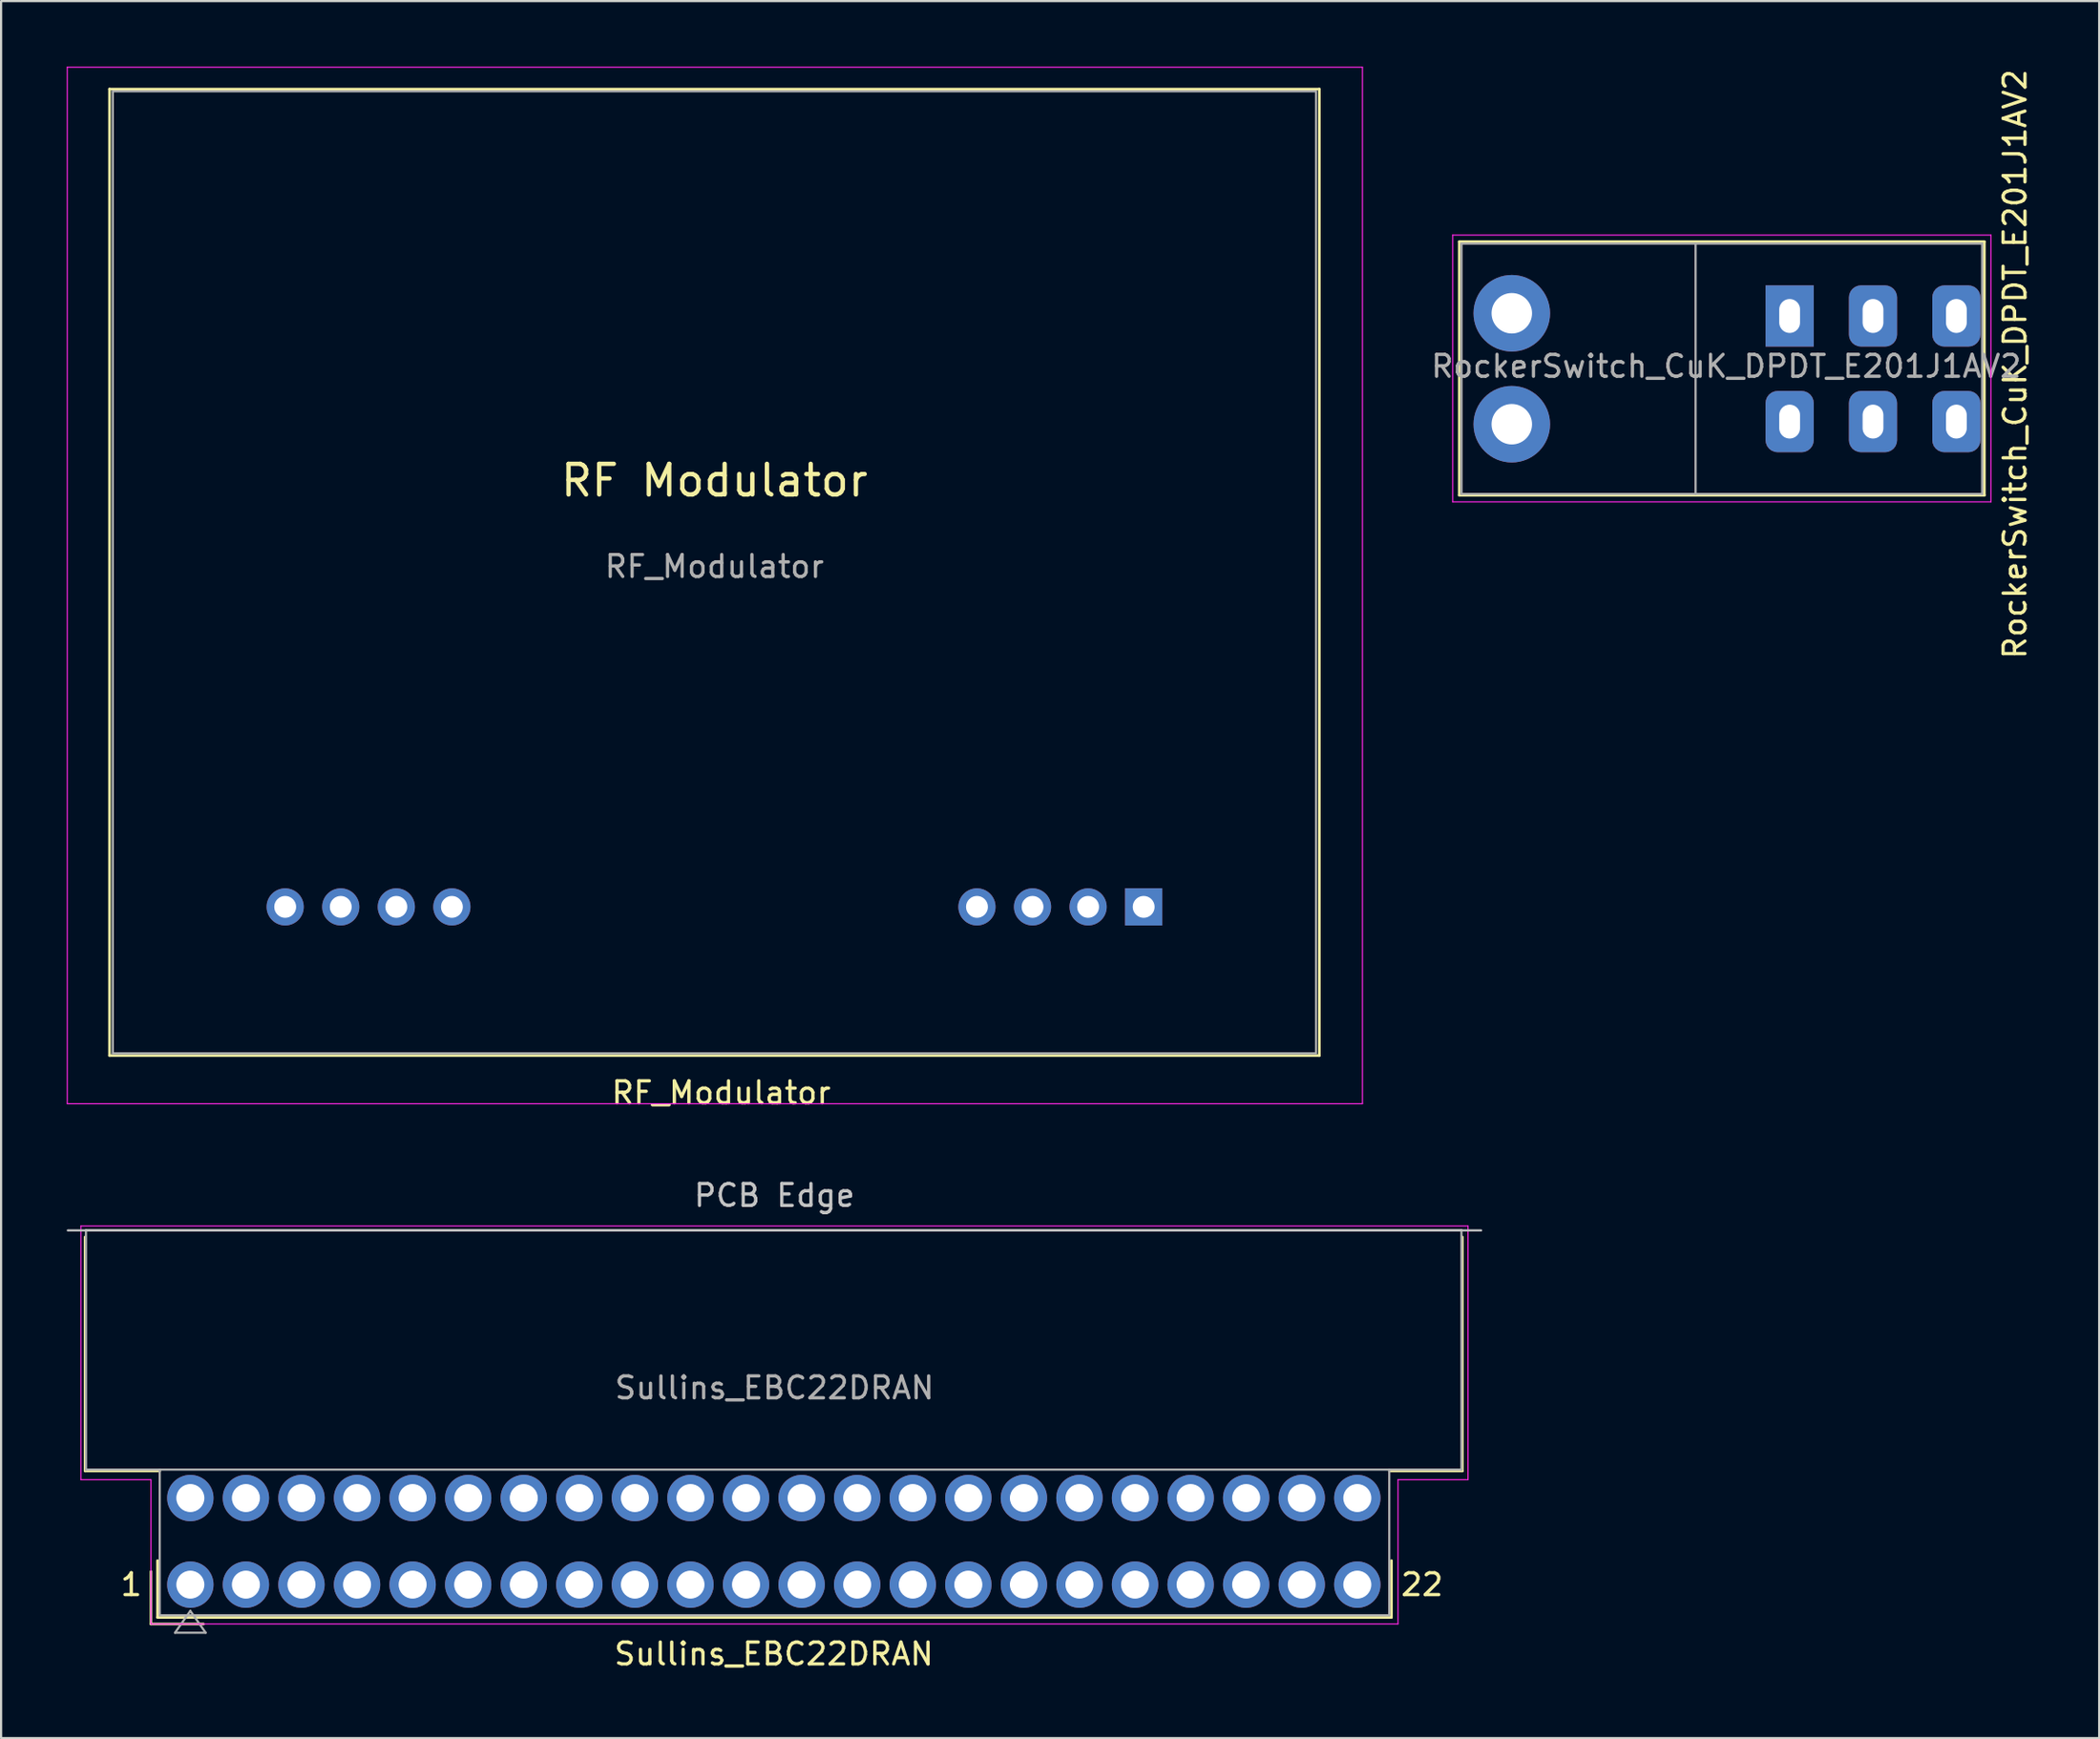
<source format=kicad_pcb>
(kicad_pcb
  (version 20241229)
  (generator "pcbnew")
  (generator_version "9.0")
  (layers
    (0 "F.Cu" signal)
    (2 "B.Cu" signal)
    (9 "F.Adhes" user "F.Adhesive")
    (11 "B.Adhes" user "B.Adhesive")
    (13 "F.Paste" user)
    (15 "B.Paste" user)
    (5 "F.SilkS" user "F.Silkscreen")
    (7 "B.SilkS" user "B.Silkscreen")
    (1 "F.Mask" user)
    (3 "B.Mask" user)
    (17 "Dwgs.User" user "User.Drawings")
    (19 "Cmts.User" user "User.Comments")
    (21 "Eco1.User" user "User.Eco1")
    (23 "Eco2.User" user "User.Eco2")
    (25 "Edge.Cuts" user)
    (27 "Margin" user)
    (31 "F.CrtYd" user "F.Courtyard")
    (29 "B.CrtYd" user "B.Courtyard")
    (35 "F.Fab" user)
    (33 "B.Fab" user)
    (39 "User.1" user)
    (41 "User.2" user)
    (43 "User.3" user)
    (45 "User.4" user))
  (footprint "Sullins_EBC22DRAN"
    (layer "F.Cu")
    (at 5.65 69.421)
    (property "Reference" "Sullins_EBC22DRAN" (at 26.67 3.17 0) (layer "F.SilkS") (effects (font (size 1 1) (thickness 0.15))))
    (attr through_hole)
    (fp_line (start -4.81 -15.9) (end -4.81 -5.2) (stroke (width 0.12) (type solid)) (layer "F.SilkS"))
    (fp_line (start -4.81 -5.2) (end -1.4 -5.2) (stroke (width 0.12) (type solid)) (layer "F.SilkS"))
    (fp_line (start -1.8 -0.6) (end -1.8 1.8) (stroke (width 0.12) (type solid)) (layer "F.SilkS"))
    (fp_line (start -1.8 1.8) (end 0.6 1.8) (stroke (width 0.12) (type solid)) (layer "F.SilkS"))
    (fp_line (start -1.5 -1.1) (end -1.5 1.5) (stroke (width 0.12) (type solid)) (layer "F.SilkS"))
    (fp_line (start -1.5 1.5) (end 54.9 1.5) (stroke (width 0.12) (type solid)) (layer "F.SilkS"))
    (fp_line (start 54.8 -5.2) (end 58.14 -5.2) (stroke (width 0.12) (type solid)) (layer "F.SilkS"))
    (fp_line (start 54.9 1.5) (end 54.9 -1.1) (stroke (width 0.12) (type solid)) (layer "F.SilkS"))
    (fp_line (start 58.14 -5.2) (end 58.14 -15.9) (stroke (width 0.12) (type solid)) (layer "F.SilkS"))
    (fp_line (start -5.6 -16.2) (end 59 -16.2) (stroke (width 0.1) (type solid)) (layer "Dwgs.User"))
    (fp_line (start -5 -16.4) (end -5 -4.8) (stroke (width 0.05) (type solid)) (layer "F.CrtYd"))
    (fp_line (start -5 -4.8) (end -1.8 -4.8) (stroke (width 0.05) (type solid)) (layer "F.CrtYd"))
    (fp_line (start -1.8 -4.8) (end -1.8 1.8) (stroke (width 0.05) (type solid)) (layer "F.CrtYd"))
    (fp_line (start -1.8 1.8) (end 55.2 1.8) (stroke (width 0.05) (type solid)) (layer "F.CrtYd"))
    (fp_line (start 55.2 -4.8) (end 58.4 -4.8) (stroke (width 0.05) (type solid)) (layer "F.CrtYd"))
    (fp_line (start 55.2 1.8) (end 55.2 -4.8) (stroke (width 0.05) (type solid)) (layer "F.CrtYd"))
    (fp_line (start 58.4 -16.4) (end -5 -16.4) (stroke (width 0.05) (type solid)) (layer "F.CrtYd"))
    (fp_line (start 58.4 -4.8) (end 58.4 -16.4) (stroke (width 0.05) (type solid)) (layer "F.CrtYd"))
    (fp_line (start -4.77 -16.21) (end -4.77 -5.26) (stroke (width 0.1) (type solid)) (layer "F.Fab"))
    (fp_line (start -4.77 -16.21) (end 58.1 -16.21) (stroke (width 0.1) (type solid)) (layer "F.Fab"))
    (fp_line (start -4.77 -5.26) (end 58.1 -5.26) (stroke (width 0.1) (type solid)) (layer "F.Fab"))
    (fp_line (start -1.4 -5.26) (end -1.4 1.4) (stroke (width 0.1) (type solid)) (layer "F.Fab"))
    (fp_line (start -1.4 1.4) (end 54.8 1.4) (stroke (width 0.1) (type solid)) (layer "F.Fab"))
    (fp_line (start -0.7 2.2) (end 0 1.2) (stroke (width 0.1) (type solid)) (layer "F.Fab"))
    (fp_line (start 0 1.2) (end 0.7 2.2) (stroke (width 0.1) (type solid)) (layer "F.Fab"))
    (fp_line (start 0.7 2.2) (end -0.7 2.2) (stroke (width 0.1) (type solid)) (layer "F.Fab"))
    (fp_line (start 54.8 -5.26) (end 54.8 1.4) (stroke (width 0.1) (type solid)) (layer "F.Fab"))
    (fp_line (start 58.1 -16.21) (end 58.1 -5.26) (stroke (width 0.1) (type solid)) (layer "F.Fab"))
    (fp_text user "22" (at 56.3 0 0) (layer "F.SilkS") (effects (font (size 1 1) (thickness 0.15))))
    (fp_text user "1" (at -2.7 0 0) (layer "F.SilkS") (effects (font (size 1 1) (thickness 0.15))))
    (fp_text user "PCB Edge" (at 26.7 -17.8 0) (layer "Dwgs.User") (effects (font (size 1 1) (thickness 0.15))))
    (fp_text user "${REFERENCE}" (at 26.7 -9 0) (layer "F.Fab") (effects (font (size 1 1) (thickness 0.15))))
    (pad "1" thru_hole circle (at 0 0) (size 2.12 2.12) (drill 1.28) (layers "*.Cu" "*.Mask"))
    (pad "2" thru_hole circle (at 2.54 0) (size 2.12 2.12) (drill 1.28) (layers "*.Cu" "*.Mask"))
    (pad "3" thru_hole circle (at 5.08 0) (size 2.12 2.12) (drill 1.28) (layers "*.Cu" "*.Mask"))
    (pad "4" thru_hole circle (at 7.62 0) (size 2.12 2.12) (drill 1.28) (layers "*.Cu" "*.Mask"))
    (pad "5" thru_hole circle (at 10.16 0) (size 2.12 2.12) (drill 1.28) (layers "*.Cu" "*.Mask"))
    (pad "6" thru_hole circle (at 12.7 0) (size 2.12 2.12) (drill 1.28) (layers "*.Cu" "*.Mask"))
    (pad "7" thru_hole circle (at 15.24 0) (size 2.12 2.12) (drill 1.28) (layers "*.Cu" "*.Mask"))
    (pad "8" thru_hole circle (at 17.78 0) (size 2.12 2.12) (drill 1.28) (layers "*.Cu" "*.Mask"))
    (pad "9" thru_hole circle (at 20.32 0) (size 2.12 2.12) (drill 1.28) (layers "*.Cu" "*.Mask"))
    (pad "10" thru_hole circle (at 22.86 0) (size 2.12 2.12) (drill 1.28) (layers "*.Cu" "*.Mask"))
    (pad "11" thru_hole circle (at 25.4 0) (size 2.12 2.12) (drill 1.28) (layers "*.Cu" "*.Mask"))
    (pad "12" thru_hole circle (at 27.94 0) (size 2.12 2.12) (drill 1.28) (layers "*.Cu" "*.Mask"))
    (pad "13" thru_hole circle (at 30.48 0) (size 2.12 2.12) (drill 1.28) (layers "*.Cu" "*.Mask"))
    (pad "14" thru_hole circle (at 33.02 0) (size 2.12 2.12) (drill 1.28) (layers "*.Cu" "*.Mask"))
    (pad "15" thru_hole circle (at 35.56 0) (size 2.12 2.12) (drill 1.28) (layers "*.Cu" "*.Mask"))
    (pad "16" thru_hole circle (at 38.1 0) (size 2.12 2.12) (drill 1.28) (layers "*.Cu" "*.Mask"))
    (pad "17" thru_hole circle (at 40.64 0) (size 2.12 2.12) (drill 1.28) (layers "*.Cu" "*.Mask"))
    (pad "18" thru_hole circle (at 43.18 0) (size 2.12 2.12) (drill 1.28) (layers "*.Cu" "*.Mask"))
    (pad "19" thru_hole circle (at 45.72 0) (size 2.12 2.12) (drill 1.28) (layers "*.Cu" "*.Mask"))
    (pad "20" thru_hole circle (at 48.26 0) (size 2.12 2.12) (drill 1.28) (layers "*.Cu" "*.Mask"))
    (pad "21" thru_hole circle (at 50.8 0) (size 2.12 2.12) (drill 1.28) (layers "*.Cu" "*.Mask"))
    (pad "22" thru_hole circle (at 53.34 0) (size 2.12 2.12) (drill 1.28) (layers "*.Cu" "*.Mask"))
    (pad "A" thru_hole circle (at 0 -3.96) (size 2.12 2.12) (drill 1.28) (layers "*.Cu" "*.Mask"))
    (pad "B" thru_hole circle (at 2.54 -3.96) (size 2.12 2.12) (drill 1.28) (layers "*.Cu" "*.Mask"))
    (pad "C" thru_hole circle (at 5.08 -3.96) (size 2.12 2.12) (drill 1.28) (layers "*.Cu" "*.Mask"))
    (pad "D" thru_hole circle (at 7.62 -3.96) (size 2.12 2.12) (drill 1.28) (layers "*.Cu" "*.Mask"))
    (pad "E" thru_hole circle (at 10.16 -3.96) (size 2.12 2.12) (drill 1.28) (layers "*.Cu" "*.Mask"))
    (pad "F" thru_hole circle (at 12.7 -3.96) (size 2.12 2.12) (drill 1.28) (layers "*.Cu" "*.Mask"))
    (pad "H" thru_hole circle (at 15.24 -3.96) (size 2.12 2.12) (drill 1.28) (layers "*.Cu" "*.Mask"))
    (pad "J" thru_hole circle (at 17.78 -3.96) (size 2.12 2.12) (drill 1.28) (layers "*.Cu" "*.Mask"))
    (pad "K" thru_hole circle (at 20.32 -3.96) (size 2.12 2.12) (drill 1.28) (layers "*.Cu" "*.Mask"))
    (pad "L" thru_hole circle (at 22.86 -3.96) (size 2.12 2.12) (drill 1.28) (layers "*.Cu" "*.Mask"))
    (pad "M" thru_hole circle (at 25.4 -3.96) (size 2.12 2.12) (drill 1.28) (layers "*.Cu" "*.Mask"))
    (pad "N" thru_hole circle (at 27.94 -3.96) (size 2.12 2.12) (drill 1.28) (layers "*.Cu" "*.Mask"))
    (pad "P" thru_hole circle (at 30.48 -3.96) (size 2.12 2.12) (drill 1.28) (layers "*.Cu" "*.Mask"))
    (pad "R" thru_hole circle (at 33.02 -3.96) (size 2.12 2.12) (drill 1.28) (layers "*.Cu" "*.Mask"))
    (pad "S" thru_hole circle (at 35.56 -3.96) (size 2.12 2.12) (drill 1.28) (layers "*.Cu" "*.Mask"))
    (pad "T" thru_hole circle (at 38.1 -3.96) (size 2.12 2.12) (drill 1.28) (layers "*.Cu" "*.Mask"))
    (pad "U" thru_hole circle (at 40.64 -3.96) (size 2.12 2.12) (drill 1.28) (layers "*.Cu" "*.Mask"))
    (pad "V" thru_hole circle (at 43.18 -3.96) (size 2.12 2.12) (drill 1.28) (layers "*.Cu" "*.Mask"))
    (pad "W" thru_hole circle (at 45.72 -3.96) (size 2.12 2.12) (drill 1.28) (layers "*.Cu" "*.Mask"))
    (pad "X" thru_hole circle (at 48.26 -3.96) (size 2.12 2.12) (drill 1.28) (layers "*.Cu" "*.Mask"))
    (pad "Y" thru_hole circle (at 50.8 -3.96) (size 2.12 2.12) (drill 1.28) (layers "*.Cu" "*.Mask"))
    (pad "Z" thru_hole circle (at 53.34 -3.96) (size 2.12 2.12) (drill 1.28) (layers "*.Cu" "*.Mask")))
  (footprint "RF_Modulator"
    (layer "F.Cu")
    (at 49.225 38.425)
    (property "Reference" "RF_Modulator" (at -19.31 8.5 0) (layer "F.SilkS") (effects (font (size 1 1) (thickness 0.15))))
    (attr through_hole)
    (fp_line (start -47.27 -37.4) (end -47.27 6.8) (stroke (width 0.12) (type solid)) (layer "F.SilkS"))
    (fp_line (start -47.27 6.8) (end 8.03 6.8) (stroke (width 0.12) (type solid)) (layer "F.SilkS"))
    (fp_line (start 8.03 -37.4) (end -47.27 -37.4) (stroke (width 0.12) (type solid)) (layer "F.SilkS"))
    (fp_line (start 8.03 6.8) (end 8.03 -37.4) (stroke (width 0.12) (type solid)) (layer "F.SilkS"))
    (fp_line (start -49.2 -38.4) (end -49.2 9) (stroke (width 0.05) (type solid)) (layer "F.CrtYd"))
    (fp_line (start -49.2 9) (end 10 9) (stroke (width 0.05) (type solid)) (layer "F.CrtYd"))
    (fp_line (start 10 -38.4) (end -49.2 -38.4) (stroke (width 0.05) (type solid)) (layer "F.CrtYd"))
    (fp_line (start 10 9) (end 10 -38.4) (stroke (width 0.05) (type solid)) (layer "F.CrtYd"))
    (fp_line (start -47.12 -37.3) (end 7.88 -37.3) (stroke (width 0.1) (type solid)) (layer "F.Fab"))
    (fp_line (start -47.12 6.7) (end -47.12 -37.3) (stroke (width 0.1) (type solid)) (layer "F.Fab"))
    (fp_line (start -47.12 6.7) (end 7.88 6.7) (stroke (width 0.1) (type solid)) (layer "F.Fab"))
    (fp_line (start 7.88 6.7) (end 7.88 -37.3) (stroke (width 0.1) (type solid)) (layer "F.Fab"))
    (fp_text user "RF Modulator" (at -19.62 -19.5 0) (layer "F.SilkS") (effects (font (size 1.4 1.4) (thickness 0.2))))
    (fp_text user "${REFERENCE}" (at -19.62 -15.568 0) (layer "F.Fab") (effects (font (size 1 1) (thickness 0.15))))
    (pad "1" thru_hole rect (at 0 0 270) (size 1.7 1.7) (drill 1) (layers "*.Cu" "*.Mask"))
    (pad "2" thru_hole oval (at -2.54 0 270) (size 1.7 1.7) (drill 1) (layers "*.Cu" "*.Mask"))
    (pad "3" thru_hole oval (at -5.08 0 270) (size 1.7 1.7) (drill 1) (layers "*.Cu" "*.Mask"))
    (pad "4" thru_hole oval (at -7.62 0 270) (size 1.7 1.7) (drill 1) (layers "*.Cu" "*.Mask"))
    (pad "5" thru_hole oval (at -31.62 0 270) (size 1.7 1.7) (drill 1) (layers "*.Cu" "*.Mask"))
    (pad "6" thru_hole oval (at -34.16 0 270) (size 1.7 1.7) (drill 1) (layers "*.Cu" "*.Mask"))
    (pad "7" thru_hole oval (at -36.7 0 270) (size 1.7 1.7) (drill 1) (layers "*.Cu" "*.Mask"))
    (pad "8" thru_hole oval (at -39.24 0 270) (size 1.7 1.7) (drill 1) (layers "*.Cu" "*.Mask")))
  (footprint "RockerSwitch_CuK_DPDT_E201J1AV2"
    (layer "F.Cu")
    (at 78.751 11.401)
    (property "Reference" "RockerSwitch_CuK_DPDT_E201J1AV2" (at 10.3 2.2 90) (layer "F.SilkS") (effects (font (size 1 1) (thickness 0.15))))
    (attr through_hole)
    (fp_line (start -15.1 -3.4) (end 8.9 -3.4) (stroke (width 0.12) (type solid)) (layer "F.SilkS"))
    (fp_line (start -15.1 8.2) (end -15.1 -3.4) (stroke (width 0.12) (type solid)) (layer "F.SilkS"))
    (fp_line (start 8.9 -3.4) (end 8.9 8.2) (stroke (width 0.12) (type solid)) (layer "F.SilkS"))
    (fp_line (start 8.9 8.2) (end -15.1 8.2) (stroke (width 0.12) (type solid)) (layer "F.SilkS"))
    (fp_line (start -15.4 -3.7) (end 9.2 -3.7) (stroke (width 0.05) (type solid)) (layer "F.CrtYd"))
    (fp_line (start -15.4 8.5) (end -15.4 -3.7) (stroke (width 0.05) (type solid)) (layer "F.CrtYd"))
    (fp_line (start 9.2 -3.7) (end 9.2 8.5) (stroke (width 0.05) (type solid)) (layer "F.CrtYd"))
    (fp_line (start 9.2 8.5) (end -15.4 8.5) (stroke (width 0.05) (type solid)) (layer "F.CrtYd"))
    (fp_line (start -15 -3.31) (end -15 8.14) (stroke (width 0.1) (type solid)) (layer "F.Fab"))
    (fp_line (start -15 -3.31) (end 8.8 -3.31) (stroke (width 0.1) (type solid)) (layer "F.Fab"))
    (fp_line (start -15 8.14) (end 8.8 8.14) (stroke (width 0.1) (type solid)) (layer "F.Fab"))
    (fp_line (start -4.3 -3.31) (end -4.3 8.14) (stroke (width 0.1) (type solid)) (layer "F.Fab"))
    (fp_line (start 8.8 -3.31) (end 8.8 8.14) (stroke (width 0.1) (type solid)) (layer "F.Fab"))
    (fp_text user "${REFERENCE}" (at -2.9 2.3 0) (layer "F.Fab") (effects (font (size 1 1) (thickness 0.15))))
    (pad "" thru_hole circle (at -12.7 -0.125) (size 3.5 3.5) (drill 1.85) (layers "*.Cu" "*.Mask"))
    (pad "" thru_hole circle (at -12.7 4.95) (size 3.5 3.5) (drill 1.85) (layers "*.Cu" "*.Mask"))
    (pad "1" thru_hole rect (at 0 0) (size 2.2 2.8) (drill oval 0.95 1.55) (layers "*.Cu" "*.Mask"))
    (pad "2" thru_hole roundrect (at 3.81 0) (size 2.2 2.8) (drill oval 0.95 1.55) (layers "*.Cu" "*.Mask") (roundrect_rratio 0.25))
    (pad "3" thru_hole roundrect (at 7.62 0) (size 2.2 2.8) (drill oval 0.95 1.55) (layers "*.Cu" "*.Mask") (roundrect_rratio 0.25))
    (pad "4" thru_hole roundrect (at 0 4.83) (size 2.2 2.8) (drill oval 0.95 1.55) (layers "*.Cu" "*.Mask") (roundrect_rratio 0.25))
    (pad "5" thru_hole roundrect (at 3.81 4.83) (size 2.2 2.8) (drill oval 0.95 1.55) (layers "*.Cu" "*.Mask") (roundrect_rratio 0.25))
    (pad "6" thru_hole roundrect (at 7.62 4.83) (size 2.2 2.8) (drill oval 0.95 1.55) (layers "*.Cu" "*.Mask") (roundrect_rratio 0.25)))
  (gr_rect
    (start -3 -3)
    (end 92.899 76.44)
    (stroke (width 0.1) (type default))
    (fill no)
    (layer "Edge.Cuts")))
</source>
